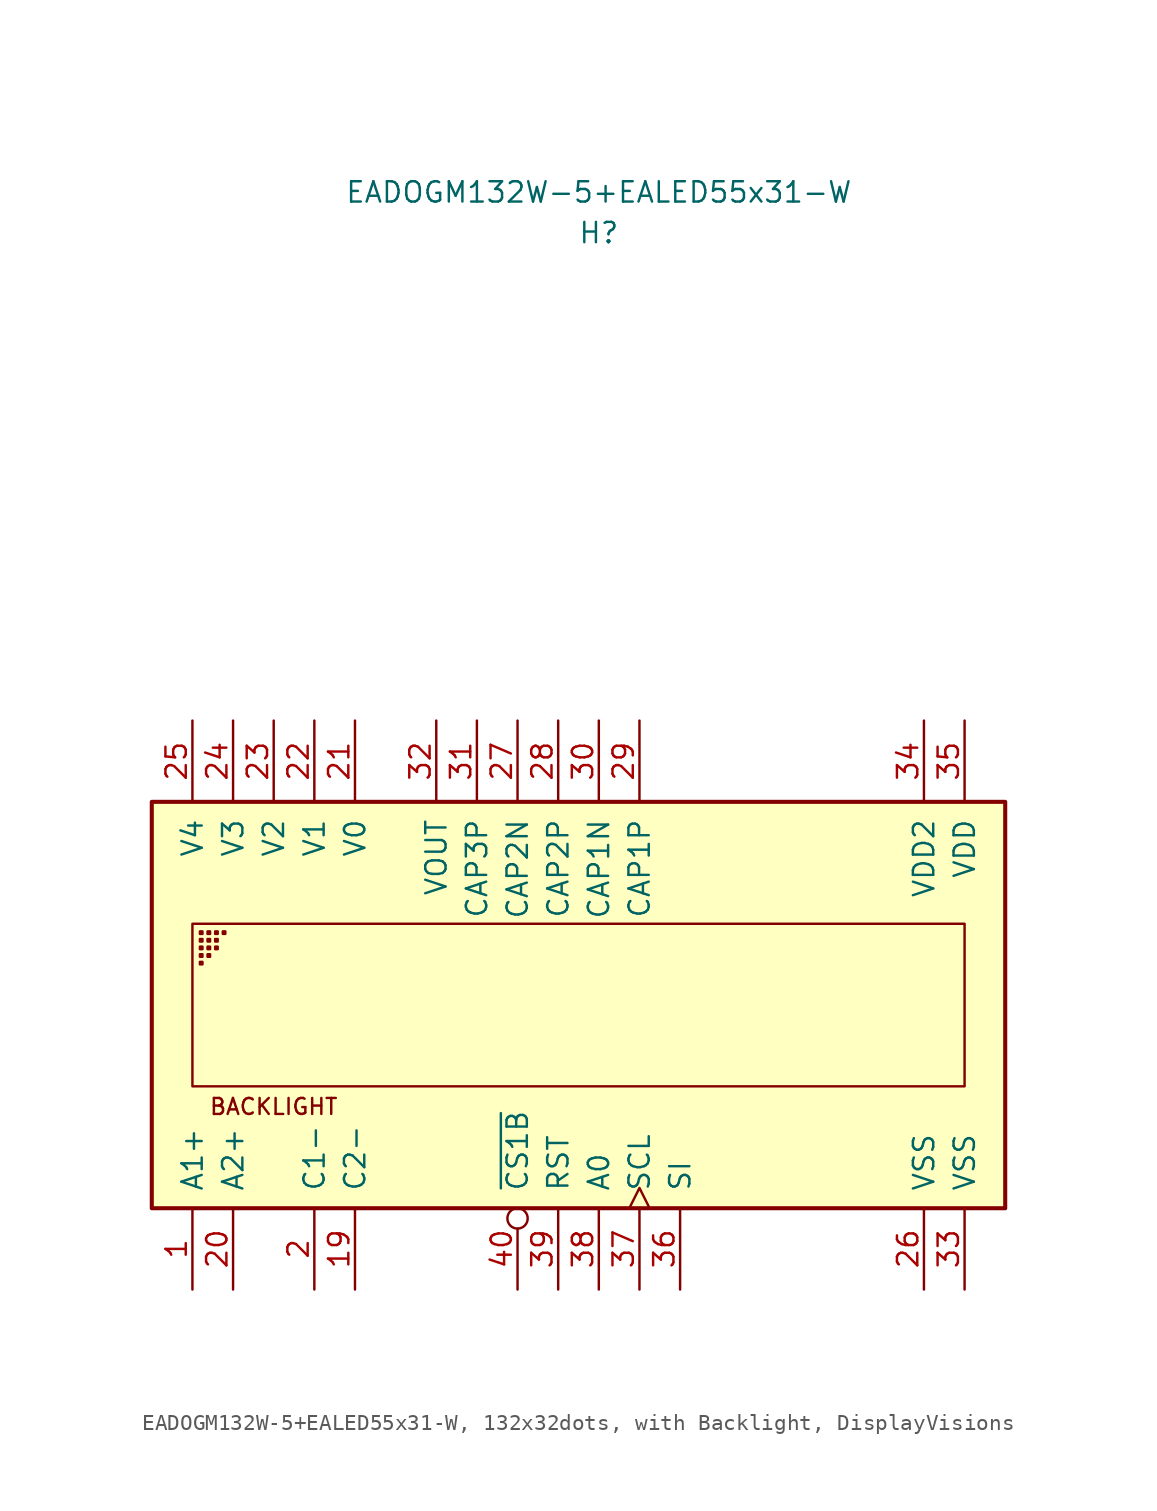
<source format=kicad_sym>
(kicad_symbol_lib
  (version 20241209)
  (generator "kicad_symbol_editor")
  (generator_version "9.0")
  (symbol "EADOGM132W-5+EALED55x31-W, 132x32dots, with Backlight, DisplayVisions"
    (pin_names
      (offset 1.016))
    (property "Reference" "H"
      (at 0 48.26 0)
      (effects (font (size 1.27 1.27))))
    (property "Value" "EADOGM132W-5+EALED55x31-W"
      (at 0 50.8 0)
      (effects (font (size 1.27 1.27))))
    (symbol "EADOGM132W-5+EALED55x31-W, 132x32dots, with Backlight, DisplayVisions_0_1"
      (rectangle (start -27.94 -12.7) (end 25.4 12.7) (stroke (width 0.254) (type default)) (fill (type background)))
      (rectangle (start -25.4 -5.08) (end 22.86 5.08) (stroke (width 0) (type default)) (fill (type none)))
      (rectangle (start -24.932 4.446) (end -24.773 4.605) (stroke (width 0) (type default)) (fill (type none)))
      (rectangle (start -24.932 3.97) (end -24.773 4.129) (stroke (width 0) (type default)) (fill (type none)))
      (rectangle (start -24.932 3.494) (end -24.773 3.652) (stroke (width 0) (type default)) (fill (type none)))
      (rectangle (start -24.932 3.017) (end -24.773 3.176) (stroke (width 0) (type default)) (fill (type none)))
      (rectangle (start -24.932 2.541) (end -24.773 2.7) (stroke (width 0) (type default)) (fill (type none)))
      (rectangle (start -24.455 4.446) (end -24.296 4.605) (stroke (width 0) (type default)) (fill (type none)))
      (rectangle (start -24.455 3.97) (end -24.296 4.129) (stroke (width 0) (type default)) (fill (type none)))
      (rectangle (start -24.455 3.494) (end -24.296 3.652) (stroke (width 0) (type default)) (fill (type none)))
      (rectangle (start -24.455 3.017) (end -24.296 3.176) (stroke (width 0) (type default)) (fill (type none)))
      (rectangle (start -23.979 4.446) (end -23.82 4.605) (stroke (width 0) (type default)) (fill (type none)))
      (rectangle (start -23.979 3.97) (end -23.82 4.129) (stroke (width 0) (type default)) (fill (type none)))
      (rectangle (start -23.979 3.494) (end -23.82 3.652) (stroke (width 0) (type default)) (fill (type none)))
      (rectangle (start -23.502 4.446) (end -23.344 4.605) (stroke (width 0) (type default)) (fill (type none))))
    (symbol "EADOGM132W-5+EALED55x31-W, 132x32dots, with Backlight, DisplayVisions_1_1"
      (text "BACKLIGHT" (at -20.32 -6.35 0) (effects (font (size 1 1))))
      (pin passive line (at -25.4 17.78 270) (length 5.08) (name "V4" (effects (font (size 1.27 1.27)))) (number "25" (effects (font (size 1.27 1.27)))))
      (pin passive line (at -25.4 -17.78 90) (length 5.08) (name "A1+" (effects (font (size 1.27 1.27)))) (number "1" (effects (font (size 1.27 1.27)))))
      (pin passive line (at -22.86 17.78 270) (length 5.08) (name "V3" (effects (font (size 1.27 1.27)))) (number "24" (effects (font (size 1.27 1.27)))))
      (pin passive line (at -22.86 -17.78 90) (length 5.08) (name "A2+" (effects (font (size 1.27 1.27)))) (number "20" (effects (font (size 1.27 1.27)))))
      (pin passive line (at -20.32 17.78 270) (length 5.08) (name "V2" (effects (font (size 1.27 1.27)))) (number "23" (effects (font (size 1.27 1.27)))))
      (pin passive line (at -17.78 17.78 270) (length 5.08) (name "V1" (effects (font (size 1.27 1.27)))) (number "22" (effects (font (size 1.27 1.27)))))
      (pin passive line (at -17.78 -17.78 90) (length 5.08) (name "C1-" (effects (font (size 1.27 1.27)))) (number "2" (effects (font (size 1.27 1.27)))))
      (pin passive line (at -15.24 17.78 270) (length 5.08) (name "V0" (effects (font (size 1.27 1.27)))) (number "21" (effects (font (size 1.27 1.27)))))
      (pin passive line (at -15.24 -17.78 90) (length 5.08) (name "C2-" (effects (font (size 1.27 1.27)))) (number "19" (effects (font (size 1.27 1.27)))))
      (pin power_out line (at -10.16 17.78 270) (length 5.08) (name "VOUT" (effects (font (size 1.27 1.27)))) (number "32" (effects (font (size 1.27 1.27)))))
      (pin passive line (at -7.62 17.78 270) (length 5.08) (name "CAP3P" (effects (font (size 1.27 1.27)))) (number "31" (effects (font (size 1.27 1.27)))))
      (pin passive line (at -5.08 17.78 270) (length 5.08) (name "CAP2N" (effects (font (size 1.27 1.27)))) (number "27" (effects (font (size 1.27 1.27)))))
      (pin input inverted (at -5.08 -17.78 90) (length 5.08) (name "~{CS1B}" (effects (font (size 1.27 1.27)))) (number "40" (effects (font (size 1.27 1.27)))))
      (pin passive line (at -2.54 17.78 270) (length 5.08) (name "CAP2P" (effects (font (size 1.27 1.27)))) (number "28" (effects (font (size 1.27 1.27)))))
      (pin input line (at -2.54 -17.78 90) (length 5.08) (name "RST" (effects (font (size 1.27 1.27)))) (number "39" (effects (font (size 1.27 1.27)))))
      (pin passive line (at 0 17.78 270) (length 5.08) (name "CAP1N" (effects (font (size 1.27 1.27)))) (number "30" (effects (font (size 1.27 1.27)))))
      (pin input line (at 0 -17.78 90) (length 5.08) (name "A0" (effects (font (size 1.27 1.27)))) (number "38" (effects (font (size 1.27 1.27)))))
      (pin passive line (at 2.54 17.78 270) (length 5.08) (name "CAP1P" (effects (font (size 1.27 1.27)))) (number "29" (effects (font (size 1.27 1.27)))))
      (pin input clock (at 2.54 -17.78 90) (length 5.08) (name "SCL" (effects (font (size 1.27 1.27)))) (number "37" (effects (font (size 1.27 1.27)))))
      (pin input line (at 5.08 -17.78 90) (length 5.08) (name "SI" (effects (font (size 1.27 1.27)))) (number "36" (effects (font (size 1.27 1.27)))))
      (pin power_in line (at 20.32 17.78 270) (length 5.08) (name "VDD2" (effects (font (size 1.27 1.27)))) (number "34" (effects (font (size 1.27 1.27)))))
      (pin power_in line (at 20.32 -17.78 90) (length 5.08) (name "VSS" (effects (font (size 1.27 1.27)))) (number "26" (effects (font (size 1.27 1.27)))))
      (pin power_in line (at 22.86 17.78 270) (length 5.08) (name "VDD" (effects (font (size 1.27 1.27)))) (number "35" (effects (font (size 1.27 1.27)))))
      (pin power_in line (at 22.86 -17.78 90) (length 5.08) (name "VSS" (effects (font (size 1.27 1.27)))) (number "33" (effects (font (size 1.27 1.27))))))))
</source>
